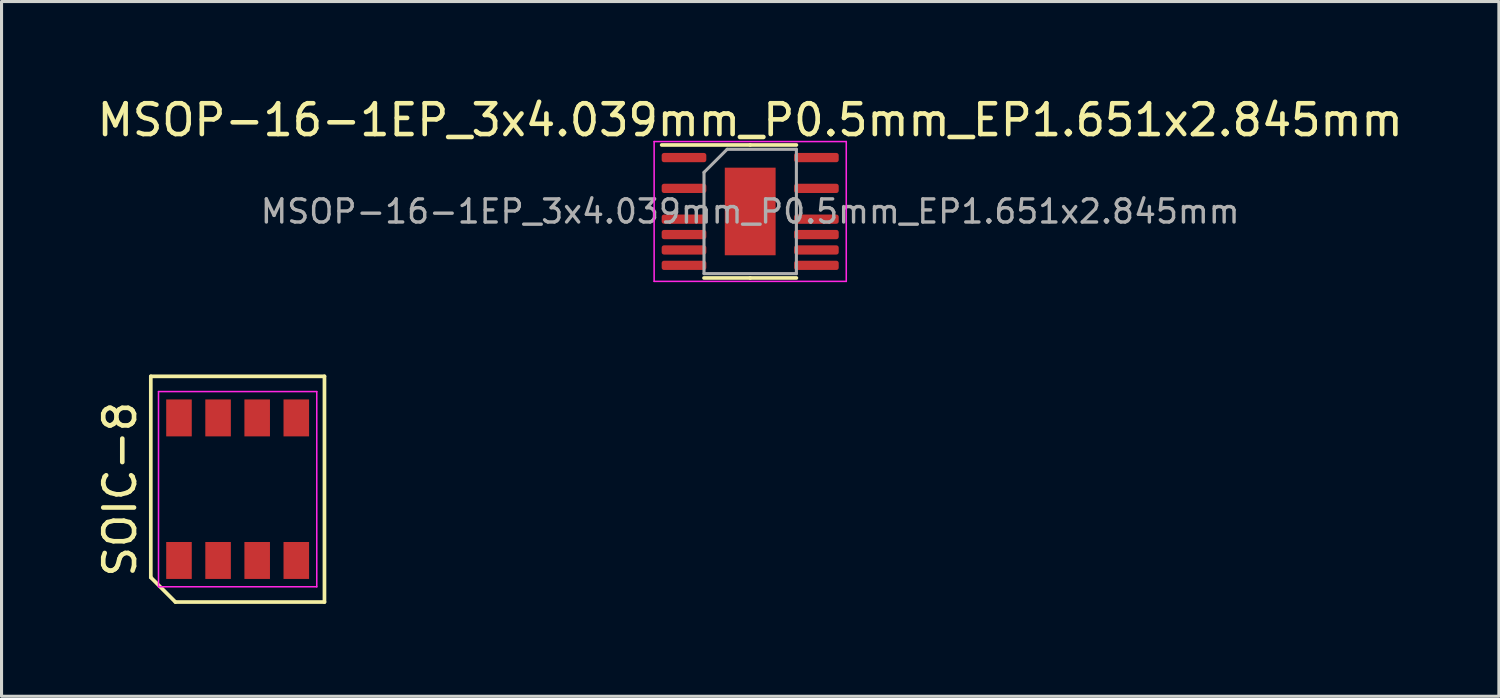
<source format=kicad_pcb>
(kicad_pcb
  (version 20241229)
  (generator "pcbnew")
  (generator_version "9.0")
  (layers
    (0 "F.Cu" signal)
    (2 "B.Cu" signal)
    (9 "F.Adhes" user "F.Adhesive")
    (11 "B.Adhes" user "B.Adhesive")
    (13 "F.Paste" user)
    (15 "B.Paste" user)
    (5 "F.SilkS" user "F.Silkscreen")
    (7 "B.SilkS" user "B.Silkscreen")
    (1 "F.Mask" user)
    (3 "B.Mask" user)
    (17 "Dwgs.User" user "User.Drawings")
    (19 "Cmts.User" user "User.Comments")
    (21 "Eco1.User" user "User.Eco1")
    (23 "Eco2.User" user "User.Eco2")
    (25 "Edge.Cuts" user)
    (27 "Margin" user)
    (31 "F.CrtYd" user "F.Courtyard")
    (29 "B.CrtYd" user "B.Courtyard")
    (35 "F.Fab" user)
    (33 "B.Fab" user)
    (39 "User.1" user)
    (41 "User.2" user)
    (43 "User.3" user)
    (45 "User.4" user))
  (footprint "MSOP-16-1EP_3x4.039mm_P0.5mm_EP1.651x2.845mm"
    (layer "F.Cu")
    (at 21.315 3.818)
    (property "Reference" "MSOP-16-1EP_3x4.039mm_P0.5mm_EP1.651x2.845mm" (at 0 -2.97 0) (layer "F.SilkS") (effects (font (size 1 1) (thickness 0.15))))
    (attr smd)
    (fp_line (start 0 -2.16) (end -2.875 -2.16) (stroke (width 0.12) (type solid)) (layer "F.SilkS"))
    (fp_line (start 0 -2.16) (end 1.5 -2.16) (stroke (width 0.12) (type solid)) (layer "F.SilkS"))
    (fp_line (start 0 2.16) (end -1.5 2.16) (stroke (width 0.12) (type solid)) (layer "F.SilkS"))
    (fp_line (start 0 2.16) (end 1.5 2.16) (stroke (width 0.12) (type solid)) (layer "F.SilkS"))
    (fp_line (start -3.12 -2.27) (end -3.12 2.27) (stroke (width 0.05) (type solid)) (layer "F.CrtYd"))
    (fp_line (start -3.12 2.27) (end 3.12 2.27) (stroke (width 0.05) (type solid)) (layer "F.CrtYd"))
    (fp_line (start 3.12 -2.27) (end -3.12 -2.27) (stroke (width 0.05) (type solid)) (layer "F.CrtYd"))
    (fp_line (start 3.12 2.27) (end 3.12 -2.27) (stroke (width 0.05) (type solid)) (layer "F.CrtYd"))
    (fp_line (start -1.5 -1.27) (end -0.75 -2.019) (stroke (width 0.1) (type solid)) (layer "F.Fab"))
    (fp_line (start -1.5 2.019) (end -1.5 -1.27) (stroke (width 0.1) (type solid)) (layer "F.Fab"))
    (fp_line (start -0.75 -2.019) (end 1.5 -2.019) (stroke (width 0.1) (type solid)) (layer "F.Fab"))
    (fp_line (start 1.5 -2.019) (end 1.5 2.019) (stroke (width 0.1) (type solid)) (layer "F.Fab"))
    (fp_line (start 1.5 2.019) (end -1.5 2.019) (stroke (width 0.1) (type solid)) (layer "F.Fab"))
    (fp_text user "${REFERENCE}" (at 0 0 0) (layer "F.Fab") (effects (font (size 0.75 0.75) (thickness 0.11))))
    (pad "" smd roundrect (at -0.415 -0.71) (size 0.69 1.19) (layers "F.Paste") (roundrect_rratio 0.25))
    (pad "" smd roundrect (at -0.415 0.71) (size 0.69 1.19) (layers "F.Paste") (roundrect_rratio 0.25))
    (pad "" smd roundrect (at 0.415 -0.71) (size 0.69 1.19) (layers "F.Paste") (roundrect_rratio 0.25))
    (pad "" smd roundrect (at 0.415 0.71) (size 0.69 1.19) (layers "F.Paste") (roundrect_rratio 0.25))
    (pad "1" smd roundrect (at -2.15 -1.75) (size 1.45 0.3) (layers "F.Cu" "F.Mask" "F.Paste") (roundrect_rratio 0.25))
    (pad "3" smd roundrect (at -2.15 -0.75) (size 1.45 0.3) (layers "F.Cu" "F.Mask" "F.Paste") (roundrect_rratio 0.25))
    (pad "5" smd roundrect (at -2.15 0.25) (size 1.45 0.3) (layers "F.Cu" "F.Mask" "F.Paste") (roundrect_rratio 0.25))
    (pad "6" smd roundrect (at -2.15 0.75) (size 1.45 0.3) (layers "F.Cu" "F.Mask" "F.Paste") (roundrect_rratio 0.25))
    (pad "7" smd roundrect (at -2.15 1.25) (size 1.45 0.3) (layers "F.Cu" "F.Mask" "F.Paste") (roundrect_rratio 0.25))
    (pad "8" smd roundrect (at -2.15 1.75) (size 1.45 0.3) (layers "F.Cu" "F.Mask" "F.Paste") (roundrect_rratio 0.25))
    (pad "9" smd roundrect (at 2.15 1.75) (size 1.45 0.3) (layers "F.Cu" "F.Mask" "F.Paste") (roundrect_rratio 0.25))
    (pad "10" smd roundrect (at 2.15 1.25) (size 1.45 0.3) (layers "F.Cu" "F.Mask" "F.Paste") (roundrect_rratio 0.25))
    (pad "11" smd roundrect (at 2.15 0.75) (size 1.45 0.3) (layers "F.Cu" "F.Mask" "F.Paste") (roundrect_rratio 0.25))
    (pad "12" smd roundrect (at 2.15 0.25) (size 1.45 0.3) (layers "F.Cu" "F.Mask" "F.Paste") (roundrect_rratio 0.25))
    (pad "14" smd roundrect (at 2.15 -0.75) (size 1.45 0.3) (layers "F.Cu" "F.Mask" "F.Paste") (roundrect_rratio 0.25))
    (pad "16" smd roundrect (at 2.15 -1.75) (size 1.45 0.3) (layers "F.Cu" "F.Mask" "F.Paste") (roundrect_rratio 0.25))
    (pad "17" smd rect (at 0 0) (size 1.651 2.845) (layers "F.Cu" "F.Mask")))
  (footprint "SOIC-8"
    (layer "F.Cu")
    (at 4.668 12.838)
    (property "Reference" "SOIC-8" (at -3.82 0 90) (layer "F.SilkS") (effects (font (size 1 1) (thickness 0.15))))
    (attr smd)
    (fp_line (start -2.82 -3.665) (end 2.82 -3.665) (stroke (width 0.12) (type solid)) (layer "F.SilkS"))
    (fp_line (start -2.82 2.865) (end -2.82 -3.665) (stroke (width 0.12) (type solid)) (layer "F.SilkS"))
    (fp_line (start -2.02 3.665) (end -2.82 2.865) (stroke (width 0.12) (type solid)) (layer "F.SilkS"))
    (fp_line (start 2.82 -3.665) (end 2.82 3.665) (stroke (width 0.12) (type solid)) (layer "F.SilkS"))
    (fp_line (start 2.82 3.665) (end -2.02 3.665) (stroke (width 0.12) (type solid)) (layer "F.SilkS"))
    (fp_line (start -2.57 -3.17) (end 2.57 -3.17) (stroke (width 0.05) (type solid)) (layer "F.CrtYd"))
    (fp_line (start -2.57 3.17) (end -2.57 -3.17) (stroke (width 0.05) (type solid)) (layer "F.CrtYd"))
    (fp_line (start 2.57 -3.17) (end 2.57 3.17) (stroke (width 0.05) (type solid)) (layer "F.CrtYd"))
    (fp_line (start 2.57 3.17) (end -2.57 3.17) (stroke (width 0.05) (type solid)) (layer "F.CrtYd"))
    (pad "1" smd rect (at -1.905 2.315) (size 0.83 1.2) (layers "F.Cu" "F.Mask" "F.Paste"))
    (pad "2" smd rect (at -0.635 2.315) (size 0.83 1.2) (layers "F.Cu" "F.Mask" "F.Paste"))
    (pad "3" smd rect (at 0.635 2.315) (size 0.83 1.2) (layers "F.Cu" "F.Mask" "F.Paste"))
    (pad "4" smd rect (at 1.905 2.315) (size 0.83 1.2) (layers "F.Cu" "F.Mask" "F.Paste"))
    (pad "5" smd rect (at 1.905 -2.315) (size 0.83 1.2) (layers "F.Cu" "F.Mask" "F.Paste"))
    (pad "6" smd rect (at 0.635 -2.315) (size 0.83 1.2) (layers "F.Cu" "F.Mask" "F.Paste"))
    (pad "7" smd rect (at -0.635 -2.315) (size 0.83 1.2) (layers "F.Cu" "F.Mask" "F.Paste"))
    (pad "8" smd rect (at -1.905 -2.315) (size 0.83 1.2) (layers "F.Cu" "F.Mask" "F.Paste")))
  (gr_rect
    (start -3 -3)
    (end 45.631 19.563)
    (stroke (width 0.1) (type default))
    (fill no)
    (layer "Edge.Cuts")))
</source>
